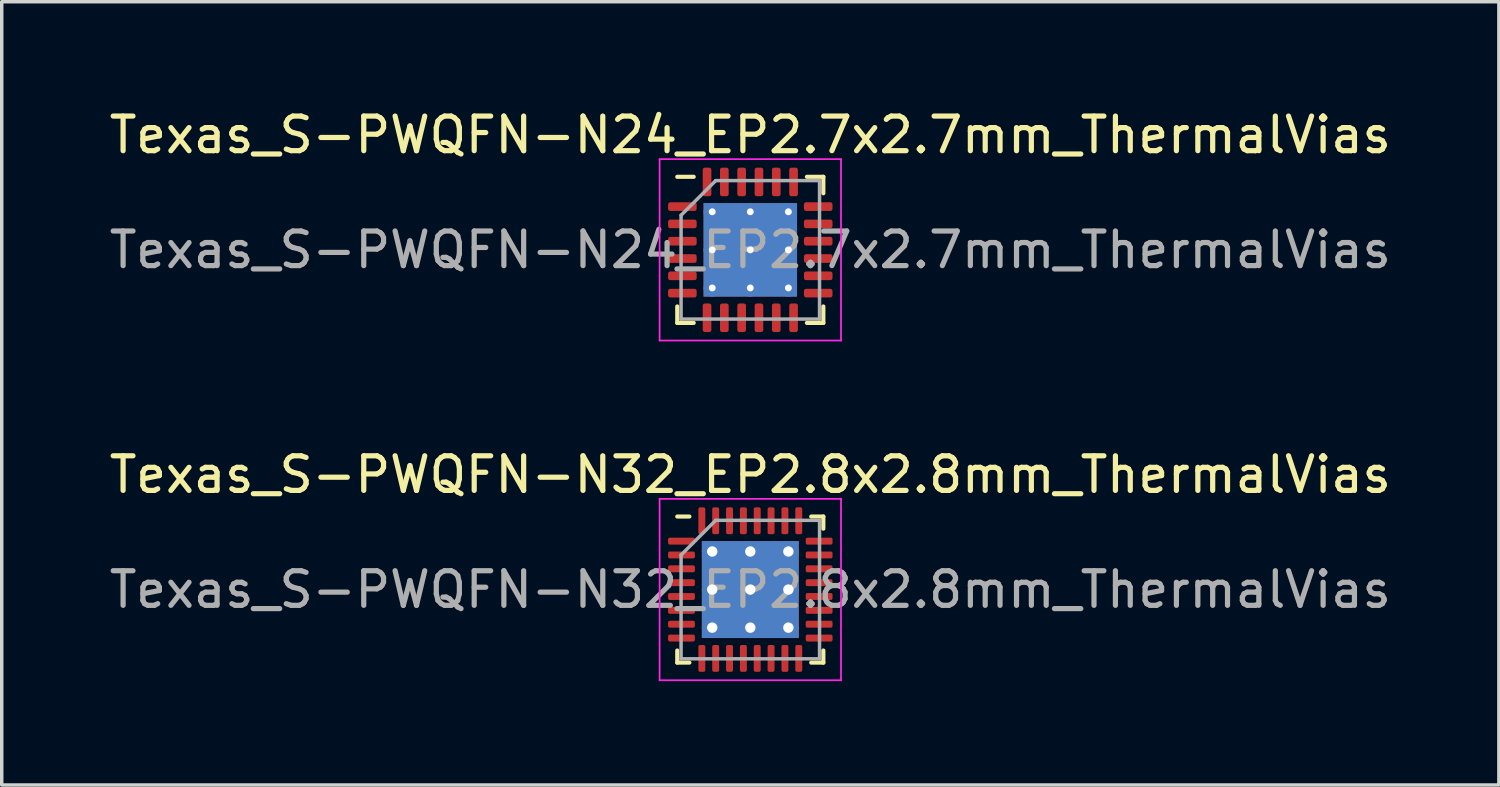
<source format=kicad_pcb>
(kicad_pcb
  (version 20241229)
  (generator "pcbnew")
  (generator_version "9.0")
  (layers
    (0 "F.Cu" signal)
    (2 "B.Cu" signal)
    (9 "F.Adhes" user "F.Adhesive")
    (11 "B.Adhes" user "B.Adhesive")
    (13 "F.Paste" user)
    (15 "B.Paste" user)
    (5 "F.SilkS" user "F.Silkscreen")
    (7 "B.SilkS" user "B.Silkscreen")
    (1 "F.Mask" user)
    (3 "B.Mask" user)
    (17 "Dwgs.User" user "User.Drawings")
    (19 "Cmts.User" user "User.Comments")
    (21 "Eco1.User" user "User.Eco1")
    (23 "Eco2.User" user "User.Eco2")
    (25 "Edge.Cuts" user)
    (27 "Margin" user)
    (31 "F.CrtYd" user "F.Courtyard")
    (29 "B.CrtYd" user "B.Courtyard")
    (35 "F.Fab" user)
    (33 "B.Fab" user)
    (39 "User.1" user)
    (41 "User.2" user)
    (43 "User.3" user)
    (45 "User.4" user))
  (footprint "Texas_S-PWQFN-N24_EP2.7x2.7mm_ThermalVias"
    (layer "F.Cu")
    (at 18.625 4.168)
    (property "Reference" "Texas_S-PWQFN-N24_EP2.7x2.7mm_ThermalVias" (at 0 -3.32 0) (layer "F.SilkS") (effects (font (size 1 1) (thickness 0.15))))
    (attr smd)
    (fp_line (start -2.11 2.11) (end -2.11 1.635) (stroke (width 0.12) (type solid)) (layer "F.SilkS"))
    (fp_line (start -1.635 -2.11) (end -2.11 -2.11) (stroke (width 0.12) (type solid)) (layer "F.SilkS"))
    (fp_line (start -1.635 2.11) (end -2.11 2.11) (stroke (width 0.12) (type solid)) (layer "F.SilkS"))
    (fp_line (start 1.635 -2.11) (end 2.11 -2.11) (stroke (width 0.12) (type solid)) (layer "F.SilkS"))
    (fp_line (start 1.635 2.11) (end 2.11 2.11) (stroke (width 0.12) (type solid)) (layer "F.SilkS"))
    (fp_line (start 2.11 -2.11) (end 2.11 -1.635) (stroke (width 0.12) (type solid)) (layer "F.SilkS"))
    (fp_line (start 2.11 2.11) (end 2.11 1.635) (stroke (width 0.12) (type solid)) (layer "F.SilkS"))
    (fp_line (start -2.62 -2.62) (end -2.62 2.62) (stroke (width 0.05) (type solid)) (layer "F.CrtYd"))
    (fp_line (start -2.62 2.62) (end 2.62 2.62) (stroke (width 0.05) (type solid)) (layer "F.CrtYd"))
    (fp_line (start 2.62 -2.62) (end -2.62 -2.62) (stroke (width 0.05) (type solid)) (layer "F.CrtYd"))
    (fp_line (start 2.62 2.62) (end 2.62 -2.62) (stroke (width 0.05) (type solid)) (layer "F.CrtYd"))
    (fp_line (start -2 -1) (end -1 -2) (stroke (width 0.1) (type solid)) (layer "F.Fab"))
    (fp_line (start -2 2) (end -2 -1) (stroke (width 0.1) (type solid)) (layer "F.Fab"))
    (fp_line (start -1 -2) (end 2 -2) (stroke (width 0.1) (type solid)) (layer "F.Fab"))
    (fp_line (start 2 -2) (end 2 2) (stroke (width 0.1) (type solid)) (layer "F.Fab"))
    (fp_line (start 2 2) (end -2 2) (stroke (width 0.1) (type solid)) (layer "F.Fab"))
    (fp_text user "${REFERENCE}" (at 0 0 0) (layer "F.Fab") (effects (font (size 1 1) (thickness 0.15))))
    (pad "" smd roundrect (at -0.675 -0.675) (size 1.13 1.13) (layers "F.Paste") (roundrect_rratio 0.221))
    (pad "" smd roundrect (at -0.675 0.675) (size 1.13 1.13) (layers "F.Paste") (roundrect_rratio 0.221))
    (pad "" smd roundrect (at 0.675 -0.675) (size 1.13 1.13) (layers "F.Paste") (roundrect_rratio 0.221))
    (pad "" smd roundrect (at 0.675 0.675) (size 1.13 1.13) (layers "F.Paste") (roundrect_rratio 0.221))
    (pad "1" smd roundrect (at -1.962 -1.25) (size 0.825 0.25) (layers "F.Cu" "F.Mask" "F.Paste") (roundrect_rratio 0.25))
    (pad "2" smd roundrect (at -1.962 -0.75) (size 0.825 0.25) (layers "F.Cu" "F.Mask" "F.Paste") (roundrect_rratio 0.25))
    (pad "3" smd roundrect (at -1.962 -0.25) (size 0.825 0.25) (layers "F.Cu" "F.Mask" "F.Paste") (roundrect_rratio 0.25))
    (pad "4" smd roundrect (at -1.962 0.25) (size 0.825 0.25) (layers "F.Cu" "F.Mask" "F.Paste") (roundrect_rratio 0.25))
    (pad "5" smd roundrect (at -1.962 0.75) (size 0.825 0.25) (layers "F.Cu" "F.Mask" "F.Paste") (roundrect_rratio 0.25))
    (pad "6" smd roundrect (at -1.962 1.25) (size 0.825 0.25) (layers "F.Cu" "F.Mask" "F.Paste") (roundrect_rratio 0.25))
    (pad "7" smd roundrect (at -1.25 1.962) (size 0.25 0.825) (layers "F.Cu" "F.Mask" "F.Paste") (roundrect_rratio 0.25))
    (pad "8" smd roundrect (at -0.75 1.962) (size 0.25 0.825) (layers "F.Cu" "F.Mask" "F.Paste") (roundrect_rratio 0.25))
    (pad "9" smd roundrect (at -0.25 1.962) (size 0.25 0.825) (layers "F.Cu" "F.Mask" "F.Paste") (roundrect_rratio 0.25))
    (pad "10" smd roundrect (at 0.25 1.962) (size 0.25 0.825) (layers "F.Cu" "F.Mask" "F.Paste") (roundrect_rratio 0.25))
    (pad "11" smd roundrect (at 0.75 1.962) (size 0.25 0.825) (layers "F.Cu" "F.Mask" "F.Paste") (roundrect_rratio 0.25))
    (pad "12" smd roundrect (at 1.25 1.962) (size 0.25 0.825) (layers "F.Cu" "F.Mask" "F.Paste") (roundrect_rratio 0.25))
    (pad "13" smd roundrect (at 1.962 1.25) (size 0.825 0.25) (layers "F.Cu" "F.Mask" "F.Paste") (roundrect_rratio 0.25))
    (pad "14" smd roundrect (at 1.962 0.75) (size 0.825 0.25) (layers "F.Cu" "F.Mask" "F.Paste") (roundrect_rratio 0.25))
    (pad "15" smd roundrect (at 1.962 0.25) (size 0.825 0.25) (layers "F.Cu" "F.Mask" "F.Paste") (roundrect_rratio 0.25))
    (pad "16" smd roundrect (at 1.962 -0.25) (size 0.825 0.25) (layers "F.Cu" "F.Mask" "F.Paste") (roundrect_rratio 0.25))
    (pad "17" smd roundrect (at 1.962 -0.75) (size 0.825 0.25) (layers "F.Cu" "F.Mask" "F.Paste") (roundrect_rratio 0.25))
    (pad "18" smd roundrect (at 1.962 -1.25) (size 0.825 0.25) (layers "F.Cu" "F.Mask" "F.Paste") (roundrect_rratio 0.25))
    (pad "19" smd roundrect (at 1.25 -1.962) (size 0.25 0.825) (layers "F.Cu" "F.Mask" "F.Paste") (roundrect_rratio 0.25))
    (pad "20" smd roundrect (at 0.75 -1.962) (size 0.25 0.825) (layers "F.Cu" "F.Mask" "F.Paste") (roundrect_rratio 0.25))
    (pad "21" smd roundrect (at 0.25 -1.962) (size 0.25 0.825) (layers "F.Cu" "F.Mask" "F.Paste") (roundrect_rratio 0.25))
    (pad "22" smd roundrect (at -0.25 -1.962) (size 0.25 0.825) (layers "F.Cu" "F.Mask" "F.Paste") (roundrect_rratio 0.25))
    (pad "23" smd roundrect (at -0.75 -1.962) (size 0.25 0.825) (layers "F.Cu" "F.Mask" "F.Paste") (roundrect_rratio 0.25))
    (pad "24" smd roundrect (at -1.25 -1.962) (size 0.25 0.825) (layers "F.Cu" "F.Mask" "F.Paste") (roundrect_rratio 0.25))
    (pad "25" thru_hole circle (at -1.1 -1.1) (size 0.5 0.5) (drill 0.2) (layers "*.Cu"))
    (pad "25" thru_hole circle (at -1.1 0) (size 0.5 0.5) (drill 0.2) (layers "*.Cu"))
    (pad "25" thru_hole circle (at -1.1 1.1) (size 0.5 0.5) (drill 0.2) (layers "*.Cu"))
    (pad "25" thru_hole circle (at 0 -1.1) (size 0.5 0.5) (drill 0.2) (layers "*.Cu"))
    (pad "25" thru_hole circle (at 0 0) (size 0.5 0.5) (drill 0.2) (layers "*.Cu"))
    (pad "25" smd rect (at 0 0) (size 2.7 2.7) (layers "F.Cu" "F.Mask"))
    (pad "25" smd rect (at 0 0) (size 2.7 2.7) (layers "B.Cu"))
    (pad "25" thru_hole circle (at 0 1.1) (size 0.5 0.5) (drill 0.2) (layers "*.Cu"))
    (pad "25" thru_hole circle (at 1.1 -1.1) (size 0.5 0.5) (drill 0.2) (layers "*.Cu"))
    (pad "25" thru_hole circle (at 1.1 0) (size 0.5 0.5) (drill 0.2) (layers "*.Cu"))
    (pad "25" thru_hole circle (at 1.1 1.1) (size 0.5 0.5) (drill 0.2) (layers "*.Cu")))
  (footprint "Texas_S-PWQFN-N32_EP2.8x2.8mm_ThermalVias"
    (layer "F.Cu")
    (at 18.625 13.982)
    (property "Reference" "Texas_S-PWQFN-N32_EP2.8x2.8mm_ThermalVias" (at 0 -3.32 0) (layer "F.SilkS") (effects (font (size 1 1) (thickness 0.15))))
    (attr smd)
    (fp_line (start -2.11 2.11) (end -2.11 1.76) (stroke (width 0.12) (type solid)) (layer "F.SilkS"))
    (fp_line (start -1.76 -2.11) (end -2.11 -2.11) (stroke (width 0.12) (type solid)) (layer "F.SilkS"))
    (fp_line (start -1.76 2.11) (end -2.11 2.11) (stroke (width 0.12) (type solid)) (layer "F.SilkS"))
    (fp_line (start 1.76 -2.11) (end 2.11 -2.11) (stroke (width 0.12) (type solid)) (layer "F.SilkS"))
    (fp_line (start 1.76 2.11) (end 2.11 2.11) (stroke (width 0.12) (type solid)) (layer "F.SilkS"))
    (fp_line (start 2.11 -2.11) (end 2.11 -1.76) (stroke (width 0.12) (type solid)) (layer "F.SilkS"))
    (fp_line (start 2.11 2.11) (end 2.11 1.76) (stroke (width 0.12) (type solid)) (layer "F.SilkS"))
    (fp_line (start -2.62 -2.62) (end -2.62 2.62) (stroke (width 0.05) (type solid)) (layer "F.CrtYd"))
    (fp_line (start -2.62 2.62) (end 2.62 2.62) (stroke (width 0.05) (type solid)) (layer "F.CrtYd"))
    (fp_line (start 2.62 -2.62) (end -2.62 -2.62) (stroke (width 0.05) (type solid)) (layer "F.CrtYd"))
    (fp_line (start 2.62 2.62) (end 2.62 -2.62) (stroke (width 0.05) (type solid)) (layer "F.CrtYd"))
    (fp_line (start -2 -1) (end -1 -2) (stroke (width 0.1) (type solid)) (layer "F.Fab"))
    (fp_line (start -2 2) (end -2 -1) (stroke (width 0.1) (type solid)) (layer "F.Fab"))
    (fp_line (start -1 -2) (end 2 -2) (stroke (width 0.1) (type solid)) (layer "F.Fab"))
    (fp_line (start 2 -2) (end 2 2) (stroke (width 0.1) (type solid)) (layer "F.Fab"))
    (fp_line (start 2 2) (end -2 2) (stroke (width 0.1) (type solid)) (layer "F.Fab"))
    (fp_text user "${REFERENCE}" (at 0 0 0) (layer "F.Fab") (effects (font (size 1 1) (thickness 0.15))))
    (pad "" smd roundrect (at -0.7 -0.7) (size 1.17 1.17) (layers "F.Paste") (roundrect_rratio 0.214))
    (pad "" smd roundrect (at -0.7 0.7) (size 1.17 1.17) (layers "F.Paste") (roundrect_rratio 0.214))
    (pad "" smd roundrect (at 0.7 -0.7) (size 1.17 1.17) (layers "F.Paste") (roundrect_rratio 0.214))
    (pad "" smd roundrect (at 0.7 0.7) (size 1.17 1.17) (layers "F.Paste") (roundrect_rratio 0.214))
    (pad "1" smd roundrect (at -1.988 -1.4) (size 0.775 0.2) (layers "F.Cu" "F.Mask" "F.Paste") (roundrect_rratio 0.25))
    (pad "2" smd roundrect (at -1.988 -1) (size 0.775 0.2) (layers "F.Cu" "F.Mask" "F.Paste") (roundrect_rratio 0.25))
    (pad "3" smd roundrect (at -1.988 -0.6) (size 0.775 0.2) (layers "F.Cu" "F.Mask" "F.Paste") (roundrect_rratio 0.25))
    (pad "4" smd roundrect (at -1.988 -0.2) (size 0.775 0.2) (layers "F.Cu" "F.Mask" "F.Paste") (roundrect_rratio 0.25))
    (pad "5" smd roundrect (at -1.988 0.2) (size 0.775 0.2) (layers "F.Cu" "F.Mask" "F.Paste") (roundrect_rratio 0.25))
    (pad "6" smd roundrect (at -1.988 0.6) (size 0.775 0.2) (layers "F.Cu" "F.Mask" "F.Paste") (roundrect_rratio 0.25))
    (pad "7" smd roundrect (at -1.988 1) (size 0.775 0.2) (layers "F.Cu" "F.Mask" "F.Paste") (roundrect_rratio 0.25))
    (pad "8" smd roundrect (at -1.988 1.4) (size 0.775 0.2) (layers "F.Cu" "F.Mask" "F.Paste") (roundrect_rratio 0.25))
    (pad "9" smd roundrect (at -1.4 1.988) (size 0.2 0.775) (layers "F.Cu" "F.Mask" "F.Paste") (roundrect_rratio 0.25))
    (pad "10" smd roundrect (at -1 1.988) (size 0.2 0.775) (layers "F.Cu" "F.Mask" "F.Paste") (roundrect_rratio 0.25))
    (pad "11" smd roundrect (at -0.6 1.988) (size 0.2 0.775) (layers "F.Cu" "F.Mask" "F.Paste") (roundrect_rratio 0.25))
    (pad "12" smd roundrect (at -0.2 1.988) (size 0.2 0.775) (layers "F.Cu" "F.Mask" "F.Paste") (roundrect_rratio 0.25))
    (pad "13" smd roundrect (at 0.2 1.988) (size 0.2 0.775) (layers "F.Cu" "F.Mask" "F.Paste") (roundrect_rratio 0.25))
    (pad "14" smd roundrect (at 0.6 1.988) (size 0.2 0.775) (layers "F.Cu" "F.Mask" "F.Paste") (roundrect_rratio 0.25))
    (pad "15" smd roundrect (at 1 1.988) (size 0.2 0.775) (layers "F.Cu" "F.Mask" "F.Paste") (roundrect_rratio 0.25))
    (pad "16" smd roundrect (at 1.4 1.988) (size 0.2 0.775) (layers "F.Cu" "F.Mask" "F.Paste") (roundrect_rratio 0.25))
    (pad "17" smd roundrect (at 1.988 1.4) (size 0.775 0.2) (layers "F.Cu" "F.Mask" "F.Paste") (roundrect_rratio 0.25))
    (pad "18" smd roundrect (at 1.988 1) (size 0.775 0.2) (layers "F.Cu" "F.Mask" "F.Paste") (roundrect_rratio 0.25))
    (pad "19" smd roundrect (at 1.988 0.6) (size 0.775 0.2) (layers "F.Cu" "F.Mask" "F.Paste") (roundrect_rratio 0.25))
    (pad "20" smd roundrect (at 1.988 0.2) (size 0.775 0.2) (layers "F.Cu" "F.Mask" "F.Paste") (roundrect_rratio 0.25))
    (pad "21" smd roundrect (at 1.988 -0.2) (size 0.775 0.2) (layers "F.Cu" "F.Mask" "F.Paste") (roundrect_rratio 0.25))
    (pad "22" smd roundrect (at 1.988 -0.6) (size 0.775 0.2) (layers "F.Cu" "F.Mask" "F.Paste") (roundrect_rratio 0.25))
    (pad "23" smd roundrect (at 1.988 -1) (size 0.775 0.2) (layers "F.Cu" "F.Mask" "F.Paste") (roundrect_rratio 0.25))
    (pad "24" smd roundrect (at 1.988 -1.4) (size 0.775 0.2) (layers "F.Cu" "F.Mask" "F.Paste") (roundrect_rratio 0.25))
    (pad "25" smd roundrect (at 1.4 -1.988) (size 0.2 0.775) (layers "F.Cu" "F.Mask" "F.Paste") (roundrect_rratio 0.25))
    (pad "26" smd roundrect (at 1 -1.988) (size 0.2 0.775) (layers "F.Cu" "F.Mask" "F.Paste") (roundrect_rratio 0.25))
    (pad "27" smd roundrect (at 0.6 -1.988) (size 0.2 0.775) (layers "F.Cu" "F.Mask" "F.Paste") (roundrect_rratio 0.25))
    (pad "28" smd roundrect (at 0.2 -1.988) (size 0.2 0.775) (layers "F.Cu" "F.Mask" "F.Paste") (roundrect_rratio 0.25))
    (pad "29" smd roundrect (at -0.2 -1.988) (size 0.2 0.775) (layers "F.Cu" "F.Mask" "F.Paste") (roundrect_rratio 0.25))
    (pad "30" smd roundrect (at -0.6 -1.988) (size 0.2 0.775) (layers "F.Cu" "F.Mask" "F.Paste") (roundrect_rratio 0.25))
    (pad "31" smd roundrect (at -1 -1.988) (size 0.2 0.775) (layers "F.Cu" "F.Mask" "F.Paste") (roundrect_rratio 0.25))
    (pad "32" smd roundrect (at -1.4 -1.988) (size 0.2 0.775) (layers "F.Cu" "F.Mask" "F.Paste") (roundrect_rratio 0.25))
    (pad "33" thru_hole circle (at -1.1 -1.1) (size 0.6 0.6) (drill 0.3) (layers "*.Cu"))
    (pad "33" thru_hole circle (at -1.1 0) (size 0.6 0.6) (drill 0.3) (layers "*.Cu"))
    (pad "33" thru_hole circle (at -1.1 1.1) (size 0.6 0.6) (drill 0.3) (layers "*.Cu"))
    (pad "33" thru_hole circle (at 0 -1.1) (size 0.6 0.6) (drill 0.3) (layers "*.Cu"))
    (pad "33" thru_hole circle (at 0 0) (size 0.6 0.6) (drill 0.3) (layers "*.Cu"))
    (pad "33" smd rect (at 0 0) (size 2.8 2.8) (layers "F.Cu" "F.Mask"))
    (pad "33" smd rect (at 0 0) (size 2.8 2.8) (layers "B.Cu"))
    (pad "33" thru_hole circle (at 0 1.1) (size 0.6 0.6) (drill 0.3) (layers "*.Cu"))
    (pad "33" thru_hole circle (at 1.1 -1.1) (size 0.6 0.6) (drill 0.3) (layers "*.Cu"))
    (pad "33" thru_hole circle (at 1.1 0) (size 0.6 0.6) (drill 0.3) (layers "*.Cu"))
    (pad "33" thru_hole circle (at 1.1 1.1) (size 0.6 0.6) (drill 0.3) (layers "*.Cu")))
  (gr_rect
    (start -3 -3)
    (end 40.25 19.627)
    (stroke (width 0.1) (type default))
    (fill no)
    (layer "Edge.Cuts")))
</source>
